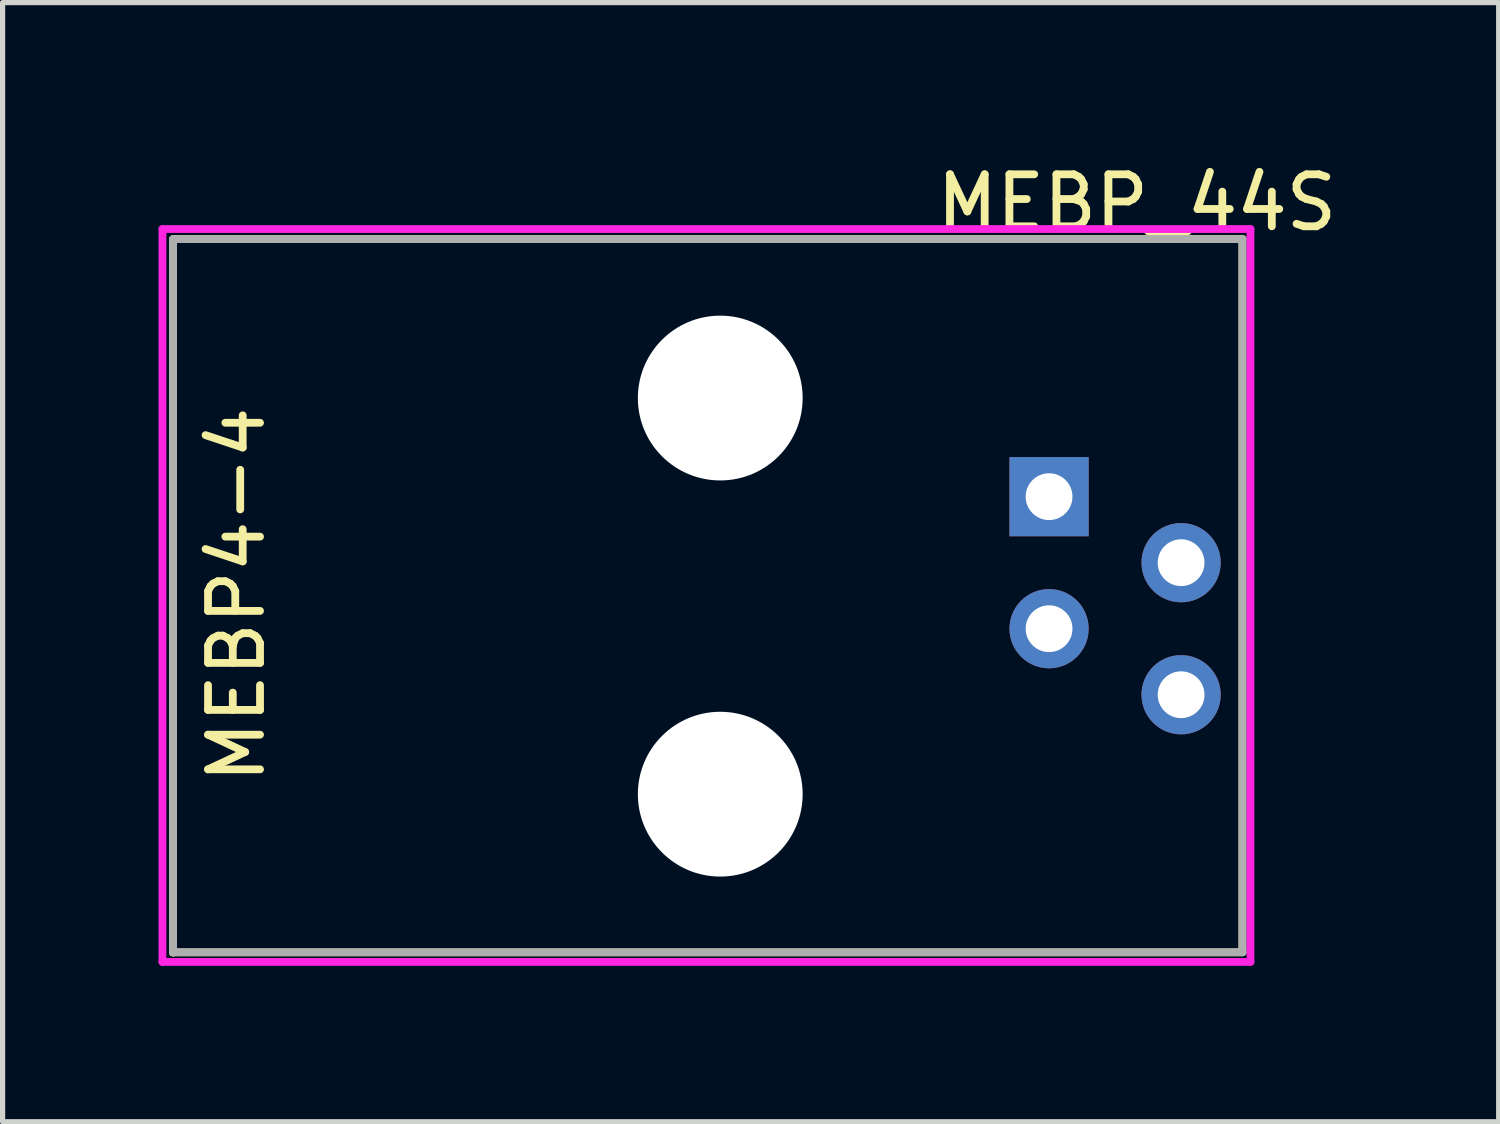
<source format=kicad_pcb>
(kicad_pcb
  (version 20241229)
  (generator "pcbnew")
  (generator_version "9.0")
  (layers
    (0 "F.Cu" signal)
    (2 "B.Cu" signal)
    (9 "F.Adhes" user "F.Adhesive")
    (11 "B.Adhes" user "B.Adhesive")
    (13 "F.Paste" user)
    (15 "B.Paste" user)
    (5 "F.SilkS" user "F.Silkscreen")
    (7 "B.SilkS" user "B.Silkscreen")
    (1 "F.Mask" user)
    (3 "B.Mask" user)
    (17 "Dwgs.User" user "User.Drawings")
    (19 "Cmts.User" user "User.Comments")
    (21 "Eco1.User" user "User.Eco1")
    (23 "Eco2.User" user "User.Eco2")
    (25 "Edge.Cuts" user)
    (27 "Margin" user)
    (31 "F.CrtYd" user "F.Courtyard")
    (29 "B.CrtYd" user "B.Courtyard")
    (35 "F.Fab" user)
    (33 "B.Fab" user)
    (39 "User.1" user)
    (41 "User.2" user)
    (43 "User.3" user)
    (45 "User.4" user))
  (footprint "MEBP_44S"
    (layer "F.Cu")
    (at 10.565 8.392)
    (property "Reference" "MEBP_44S" (at 8.255 -7.544 0) (layer "F.SilkS") (effects (font (size 1 1) (thickness 0.15))))
    (attr through_hole)
    (fp_line (start -10.287 -6.833) (end -10.287 6.883) (stroke (width 0.15) (type solid)) (layer "F.SilkS"))
    (fp_line (start -10.287 6.877) (end 10.287 6.877) (stroke (width 0.15) (type solid)) (layer "F.SilkS"))
    (fp_line (start 10.285 6.875) (end 10.285 -6.841) (stroke (width 0.15) (type solid)) (layer "F.SilkS"))
    (fp_line (start 10.287 -6.843) (end -10.287 -6.843) (stroke (width 0.15) (type solid)) (layer "F.SilkS"))
    (fp_line (start -10.49 -7.036) (end 10.439 -7.036) (stroke (width 0.15) (type solid)) (layer "F.CrtYd"))
    (fp_line (start -10.49 7.061) (end -10.49 -7.036) (stroke (width 0.15) (type solid)) (layer "F.CrtYd"))
    (fp_line (start 10.439 -7.036) (end 10.439 7.061) (stroke (width 0.15) (type solid)) (layer "F.CrtYd"))
    (fp_line (start 10.439 7.061) (end -10.49 7.061) (stroke (width 0.15) (type solid)) (layer "F.CrtYd"))
    (fp_line (start -10.287 6.877) (end 10.287 6.877) (stroke (width 0.15) (type solid)) (layer "F.Fab"))
    (fp_line (start -10.285 -6.841) (end -10.285 6.875) (stroke (width 0.15) (type solid)) (layer "F.Fab"))
    (fp_line (start 10.285 6.875) (end 10.285 -6.841) (stroke (width 0.15) (type solid)) (layer "F.Fab"))
    (fp_line (start 10.287 -6.843) (end -10.287 -6.843) (stroke (width 0.15) (type solid)) (layer "F.Fab"))
    (fp_text user "MEBP4-4" (at -9.068 0 90) (layer "F.SilkS") (effects (font (size 1 1) (thickness 0.15))))
    (pad "" np_thru_hole circle (at 0.24 -3.785) (size 3.17 3.17) (drill 3.17) (layers "*.Cu" "*.Mask"))
    (pad "" np_thru_hole circle (at 0.24 3.835) (size 3.17 3.17) (drill 3.17) (layers "*.Cu" "*.Mask"))
    (pad "1" thru_hole circle (at 9.105 1.922) (size 1.524 1.524) (drill 0.9) (layers "*.Cu" "*.Mask"))
    (pad "2" thru_hole circle (at 6.565 0.652) (size 1.524 1.524) (drill 0.9) (layers "*.Cu" "*.Mask"))
    (pad "3" thru_hole circle (at 9.105 -0.618) (size 1.524 1.524) (drill 0.9) (layers "*.Cu" "*.Mask"))
    (pad "4" thru_hole rect (at 6.565 -1.888) (size 1.524 1.524) (drill 0.9) (layers "*.Cu" "*.Mask")))
  (gr_rect
    (start -3 -3)
    (end 25.779 18.528)
    (stroke (width 0.1) (type default))
    (fill no)
    (layer "Edge.Cuts")))
</source>
